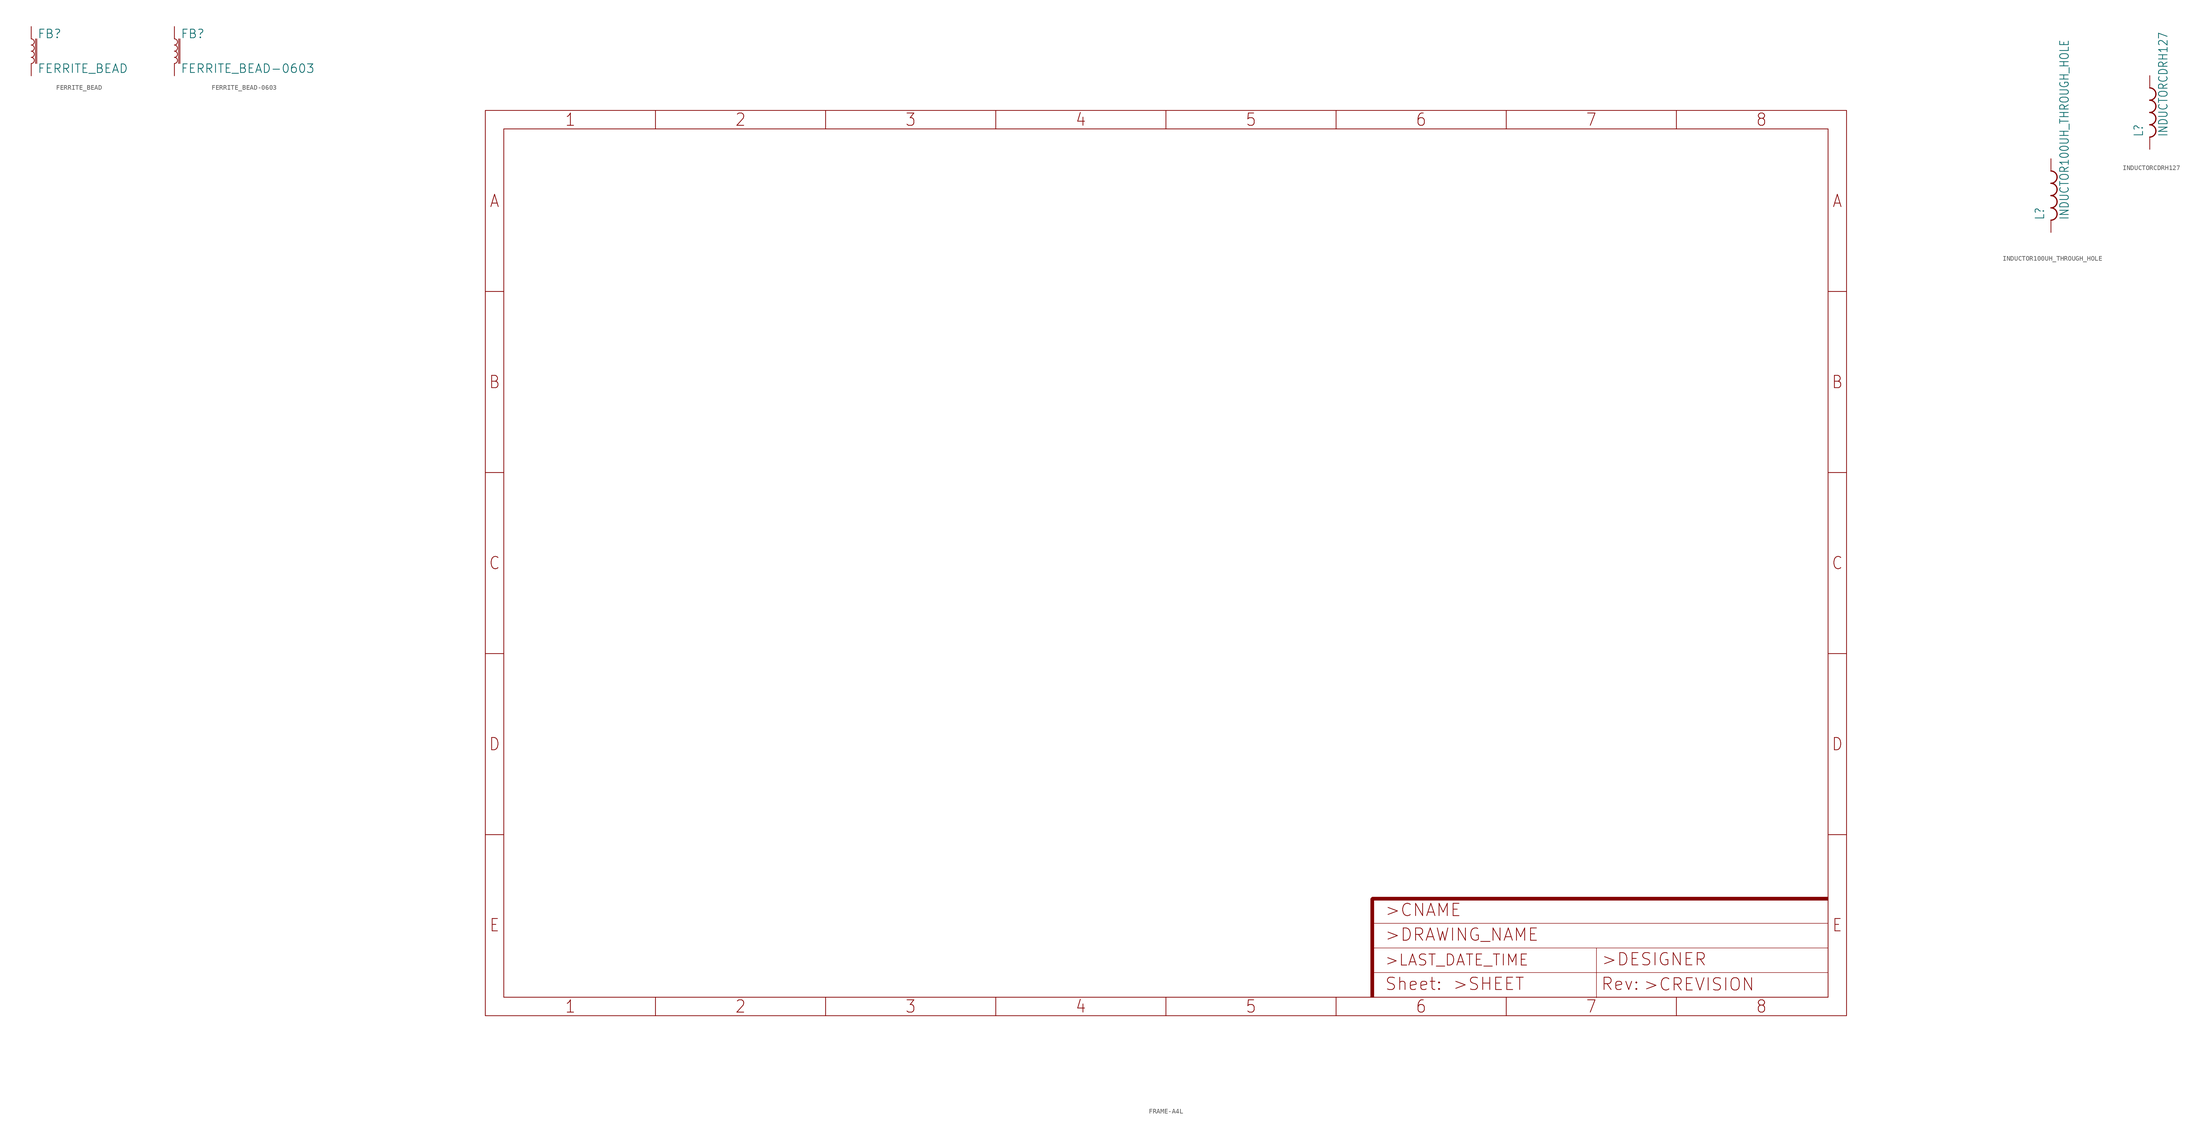
<source format=kicad_sym>
(kicad_symbol_lib
  (version 20211014)
  (generator kicad_symbol_editor)
  (symbol "FERRITE_BEAD"
    (property "Reference" "FB"
      (at 1.27 2.54 0)
      (effects (font (size 1.778 1.778)) (justify left bottom)))
    (property "Value" "FERRITE_BEAD"
      (at 1.27 -2.54 0)
      (effects (font (size 1.778 1.778)) (justify left top)))
    (property "ki_locked" ""
      (at 0 0 0)
      (effects (font (size 1.27 1.27))))
    (symbol "FERRITE_BEAD_1_0"
      (arc (start 0 -2.54) (mid 0.635 -1.905) (end 0 -1.27) (stroke (width 0.1524) (type default) (color 0 0 0 0)) (fill (type none)))
      (arc (start 0 -1.27) (mid 0.635 -0.635) (end 0 0) (stroke (width 0.1524) (type default) (color 0 0 0 0)) (fill (type none)))
      (polyline (pts (xy 0.889 2.54) (xy 0.889 -2.54)) (stroke (width 0.152) (type default) (color 0 0 0 0)) (fill (type none)))
      (polyline (pts (xy 1.143 2.54) (xy 1.143 -2.54)) (stroke (width 0.152) (type default) (color 0 0 0 0)) (fill (type none)))
      (arc (start 0 0) (mid 0.635 0.635) (end 0 1.27) (stroke (width 0.1524) (type default) (color 0 0 0 0)) (fill (type none)))
      (arc (start 0 1.27) (mid 0.635 1.905) (end 0 2.54) (stroke (width 0.1524) (type default) (color 0 0 0 0)) (fill (type none)))
      (pin passive line (at 0 5.08 270) (length 2.54) (name "1" (effects (font (size 0 0)))) (number "1" (effects (font (size 0 0)))))
      (pin passive line (at 0 -5.08 90) (length 2.54) (name "2" (effects (font (size 0 0)))) (number "2" (effects (font (size 0 0)))))))
  (symbol "FERRITE_BEAD-0603"
    (property "Reference" "FB"
      (at 1.27 2.54 0)
      (effects (font (size 1.778 1.778)) (justify left bottom)))
    (property "Value" "FERRITE_BEAD-0603"
      (at 1.27 -2.54 0)
      (effects (font (size 1.778 1.778)) (justify left top)))
    (property "ki_locked" ""
      (at 0 0 0)
      (effects (font (size 1.27 1.27))))
    (symbol "FERRITE_BEAD-0603_1_0"
      (arc (start 0 -2.54) (mid 0.635 -1.905) (end 0 -1.27) (stroke (width 0.1524) (type default) (color 0 0 0 0)) (fill (type none)))
      (arc (start 0 -1.27) (mid 0.635 -0.635) (end 0 0) (stroke (width 0.1524) (type default) (color 0 0 0 0)) (fill (type none)))
      (polyline (pts (xy 0.889 2.54) (xy 0.889 -2.54)) (stroke (width 0.152) (type default) (color 0 0 0 0)) (fill (type none)))
      (polyline (pts (xy 1.143 2.54) (xy 1.143 -2.54)) (stroke (width 0.152) (type default) (color 0 0 0 0)) (fill (type none)))
      (arc (start 0 0) (mid 0.635 0.635) (end 0 1.27) (stroke (width 0.1524) (type default) (color 0 0 0 0)) (fill (type none)))
      (arc (start 0 1.27) (mid 0.635 1.905) (end 0 2.54) (stroke (width 0.1524) (type default) (color 0 0 0 0)) (fill (type none)))
      (pin passive line (at 0 5.08 270) (length 2.54) (name "1" (effects (font (size 0 0)))) (number "1" (effects (font (size 0 0)))))
      (pin passive line (at 0 -5.08 90) (length 2.54) (name "2" (effects (font (size 0 0)))) (number "2" (effects (font (size 0 0)))))))
  (symbol "FRAME-A4L"
    (property "Reference" "#FRAME"
      (at 0 0 0)
      (effects (font (size 1.27 1.27)) hide))
    (property "ki_locked" ""
      (at 0 0 0)
      (effects (font (size 1.27 1.27))))
    (symbol "FRAME-A4L_0_0"
      (polyline (pts (xy -3.81 33.528) (xy 0 33.528)) (stroke (width 0) (type default) (color 0 0 0 0)) (fill (type none)))
      (polyline (pts (xy -3.81 70.866) (xy 0 70.866)) (stroke (width 0) (type default) (color 0 0 0 0)) (fill (type none)))
      (polyline (pts (xy -3.81 108.204) (xy 0 108.204)) (stroke (width 0) (type default) (color 0 0 0 0)) (fill (type none)))
      (polyline (pts (xy -3.81 145.542) (xy 0 145.542)) (stroke (width 0) (type default) (color 0 0 0 0)) (fill (type none)))
      (polyline (pts (xy 0 0) (xy 0 179.07)) (stroke (width 0) (type default) (color 0 0 0 0)) (fill (type none)))
      (polyline (pts (xy 31.274 -3.81) (xy 31.274 0)) (stroke (width 0) (type default) (color 0 0 0 0)) (fill (type none)))
      (polyline (pts (xy 31.274 179.07) (xy 31.274 182.88)) (stroke (width 0) (type default) (color 0 0 0 0)) (fill (type none)))
      (polyline (pts (xy 66.358 -3.81) (xy 66.358 0)) (stroke (width 0) (type default) (color 0 0 0 0)) (fill (type none)))
      (polyline (pts (xy 66.358 179.07) (xy 66.358 182.88)) (stroke (width 0) (type default) (color 0 0 0 0)) (fill (type none)))
      (polyline (pts (xy 101.441 -3.81) (xy 101.441 0)) (stroke (width 0) (type default) (color 0 0 0 0)) (fill (type none)))
      (polyline (pts (xy 101.441 179.07) (xy 101.441 182.88)) (stroke (width 0) (type default) (color 0 0 0 0)) (fill (type none)))
      (polyline (pts (xy 136.525 -3.81) (xy 136.525 0)) (stroke (width 0) (type default) (color 0 0 0 0)) (fill (type none)))
      (polyline (pts (xy 136.525 179.07) (xy 136.525 182.88)) (stroke (width 0) (type default) (color 0 0 0 0)) (fill (type none)))
      (polyline (pts (xy 171.609 -3.81) (xy 171.609 0)) (stroke (width 0) (type default) (color 0 0 0 0)) (fill (type none)))
      (polyline (pts (xy 171.609 179.07) (xy 171.609 182.88)) (stroke (width 0) (type default) (color 0 0 0 0)) (fill (type none)))
      (polyline (pts (xy 206.692 -3.81) (xy 206.692 0)) (stroke (width 0) (type default) (color 0 0 0 0)) (fill (type none)))
      (polyline (pts (xy 206.692 179.07) (xy 206.692 182.88)) (stroke (width 0) (type default) (color 0 0 0 0)) (fill (type none)))
      (polyline (pts (xy 241.776 -3.81) (xy 241.776 0)) (stroke (width 0) (type default) (color 0 0 0 0)) (fill (type none)))
      (polyline (pts (xy 241.776 179.07) (xy 241.776 182.88)) (stroke (width 0) (type default) (color 0 0 0 0)) (fill (type none)))
      (polyline (pts (xy 273.05 0) (xy 0 0)) (stroke (width 0) (type default) (color 0 0 0 0)) (fill (type none)))
      (polyline (pts (xy 273.05 0) (xy 273.05 179.07)) (stroke (width 0) (type default) (color 0 0 0 0)) (fill (type none)))
      (polyline (pts (xy 273.05 33.528) (xy 276.86 33.528)) (stroke (width 0) (type default) (color 0 0 0 0)) (fill (type none)))
      (polyline (pts (xy 273.05 70.866) (xy 276.86 70.866)) (stroke (width 0) (type default) (color 0 0 0 0)) (fill (type none)))
      (polyline (pts (xy 273.05 108.204) (xy 276.86 108.204)) (stroke (width 0) (type default) (color 0 0 0 0)) (fill (type none)))
      (polyline (pts (xy 273.05 145.542) (xy 276.86 145.542)) (stroke (width 0) (type default) (color 0 0 0 0)) (fill (type none)))
      (polyline (pts (xy 273.05 179.07) (xy 0 179.07)) (stroke (width 0) (type default) (color 0 0 0 0)) (fill (type none)))
      (polyline (pts (xy -3.81 -3.81) (xy 276.86 -3.81) (xy 276.86 182.88) (xy -3.81 182.88) (xy -3.81 -3.81)) (stroke (width 0) (type default) (color 0 0 0 0)) (fill (type none)))
      (text "1" (at 13.732 -1.905 0) (effects (font (size 2.54 2.286))))
      (text "1" (at 13.732 180.975 0) (effects (font (size 2.54 2.286))))
      (text "2" (at 48.816 -1.905 0) (effects (font (size 2.54 2.286))))
      (text "2" (at 48.816 180.975 0) (effects (font (size 2.54 2.286))))
      (text "3" (at 83.899 -1.905 0) (effects (font (size 2.54 2.286))))
      (text "3" (at 83.899 180.975 0) (effects (font (size 2.54 2.286))))
      (text "4" (at 118.983 -1.905 0) (effects (font (size 2.54 2.286))))
      (text "4" (at 118.983 180.975 0) (effects (font (size 2.54 2.286))))
      (text "5" (at 154.067 -1.905 0) (effects (font (size 2.54 2.286))))
      (text "5" (at 154.067 180.975 0) (effects (font (size 2.54 2.286))))
      (text "6" (at 189.151 -1.905 0) (effects (font (size 2.54 2.286))))
      (text "6" (at 189.151 180.975 0) (effects (font (size 2.54 2.286))))
      (text "7" (at 224.234 -1.905 0) (effects (font (size 2.54 2.286))))
      (text "7" (at 224.234 180.975 0) (effects (font (size 2.54 2.286))))
      (text "8" (at 259.318 -1.905 0) (effects (font (size 2.54 2.286))))
      (text "8" (at 259.318 180.975 0) (effects (font (size 2.54 2.286))))
      (text "A" (at -1.905 164.211 0) (effects (font (size 2.54 2.286))))
      (text "A" (at 274.955 164.211 0) (effects (font (size 2.54 2.286))))
      (text "B" (at -1.905 126.873 0) (effects (font (size 2.54 2.286))))
      (text "B" (at 274.955 126.873 0) (effects (font (size 2.54 2.286))))
      (text "C" (at -1.905 89.535 0) (effects (font (size 2.54 2.286))))
      (text "C" (at 274.955 89.535 0) (effects (font (size 2.54 2.286))))
      (text "D" (at -1.905 52.197 0) (effects (font (size 2.54 2.286))))
      (text "D" (at 274.955 52.197 0) (effects (font (size 2.54 2.286))))
      (text "E" (at -1.905 14.859 0) (effects (font (size 2.54 2.286))))
      (text "E" (at 274.955 14.859 0) (effects (font (size 2.54 2.286)))))
    (symbol "FRAME-A4L_1_0"
      (polyline (pts (xy 179.07 10.16) (xy 225.29 10.16)) (stroke (width 0.102) (type default) (color 0 0 0 0)) (fill (type none)))
      (polyline (pts (xy 179.07 15.24) (xy 273.05 15.24)) (stroke (width 0.102) (type default) (color 0 0 0 0)) (fill (type none)))
      (polyline (pts (xy 179.07 19.05) (xy 179.07 20.32)) (stroke (width 0.61) (type default) (color 0 0 0 0)) (fill (type none)))
      (polyline (pts (xy 179.07 20.32) (xy 180.34 20.32)) (stroke (width 0.61) (type default) (color 0 0 0 0)) (fill (type none)))
      (polyline (pts (xy 225.29 -0.1) (xy 225.29 5.08)) (stroke (width 0.102) (type default) (color 0 0 0 0)) (fill (type none)))
      (polyline (pts (xy 225.29 5.08) (xy 179.07 5.08)) (stroke (width 0.102) (type default) (color 0 0 0 0)) (fill (type none)))
      (polyline (pts (xy 225.29 5.08) (xy 225.29 10.16)) (stroke (width 0.102) (type default) (color 0 0 0 0)) (fill (type none)))
      (polyline (pts (xy 225.29 5.08) (xy 273.05 5.08)) (stroke (width 0.102) (type default) (color 0 0 0 0)) (fill (type none)))
      (polyline (pts (xy 225.29 10.16) (xy 273.05 10.16)) (stroke (width 0.102) (type default) (color 0 0 0 0)) (fill (type none)))
      (rectangle (start 178.765 0) (end 179.375 20.32) (stroke (width 0) (type default) (color 0 0 0 0)) (fill (type outline)))
      (rectangle (start 179.07 20.625) (end 273.05 20.015) (stroke (width 0) (type default) (color 0 0 0 0)) (fill (type outline)))
      (text ">CNAME" (at 181.61 16.51 0) (effects (font (size 2.54 2.54)) (justify left bottom)))
      (text ">CREVISION" (at 234.92 1.17 0) (effects (font (size 2.54 2.54)) (justify left bottom)))
      (text ">DESIGNER" (at 226.26 6.35 0) (effects (font (size 2.54 2.54)) (justify left bottom)))
      (text ">DRAWING_NAME" (at 181.61 11.43 0) (effects (font (size 2.54 2.54)) (justify left bottom)))
      (text ">LAST_DATE_TIME" (at 181.61 6.35 0) (effects (font (size 2.286 2.286)) (justify left bottom)))
      (text ">SHEET" (at 195.58 1.27 0) (effects (font (size 2.54 2.54)) (justify left bottom)))
      (text "Rev:" (at 226.16 1.27 0) (effects (font (size 2.54 2.54)) (justify left bottom)))
      (text "Sheet:" (at 181.61 1.27 0) (effects (font (size 2.54 2.54)) (justify left bottom)))))
  (symbol "INDUCTOR100UH_THROUGH_HOLE"
    (property "Reference" "L"
      (at -1.27 -5.08 90)
      (effects (font (size 1.778 1.511)) (justify left bottom)))
    (property "Value" "INDUCTOR100UH_THROUGH_HOLE"
      (at 3.81 -5.08 90)
      (effects (font (size 1.778 1.511)) (justify left bottom)))
    (property "ki_locked" ""
      (at 0 0 0)
      (effects (font (size 1.27 1.27))))
    (symbol "INDUCTOR100UH_THROUGH_HOLE_1_0"
      (arc (start 0 -5.08) (mid 0.898 -4.708) (end 1.27 -3.81) (stroke (width 0.254) (type default) (color 0 0 0 0)) (fill (type none)))
      (arc (start 0 -2.54) (mid 0.898 -2.168) (end 1.27 -1.27) (stroke (width 0.254) (type default) (color 0 0 0 0)) (fill (type none)))
      (arc (start 0 0) (mid 0.898 0.372) (end 1.27 1.27) (stroke (width 0.254) (type default) (color 0 0 0 0)) (fill (type none)))
      (arc (start 0 2.54) (mid 0.898 2.912) (end 1.27 3.81) (stroke (width 0.254) (type default) (color 0 0 0 0)) (fill (type none)))
      (arc (start 1.27 -3.81) (mid 0.898 -2.912) (end 0 -2.54) (stroke (width 0.254) (type default) (color 0 0 0 0)) (fill (type none)))
      (arc (start 1.27 -1.27) (mid 0.898 -0.372) (end 0 0) (stroke (width 0.254) (type default) (color 0 0 0 0)) (fill (type none)))
      (arc (start 1.27 1.27) (mid 0.898 2.168) (end 0 2.54) (stroke (width 0.254) (type default) (color 0 0 0 0)) (fill (type none)))
      (arc (start 1.27 3.81) (mid 0.898 4.708) (end 0 5.08) (stroke (width 0.254) (type default) (color 0 0 0 0)) (fill (type none)))
      (pin passive line (at 0 7.62 270) (length 2.54) (name "1" (effects (font (size 0 0)))) (number "P1" (effects (font (size 0 0)))))
      (pin passive line (at 0 -7.62 90) (length 2.54) (name "2" (effects (font (size 0 0)))) (number "P2" (effects (font (size 0 0)))))))
  (symbol "INDUCTORCDRH127"
    (property "Reference" "L"
      (at -1.27 -5.08 90)
      (effects (font (size 1.778 1.511)) (justify left bottom)))
    (property "Value" "INDUCTORCDRH127"
      (at 3.81 -5.08 90)
      (effects (font (size 1.778 1.511)) (justify left bottom)))
    (property "ki_locked" ""
      (at 0 0 0)
      (effects (font (size 1.27 1.27))))
    (symbol "INDUCTORCDRH127_1_0"
      (arc (start 0 -5.08) (mid 0.898 -4.708) (end 1.27 -3.81) (stroke (width 0.254) (type default) (color 0 0 0 0)) (fill (type none)))
      (arc (start 0 -2.54) (mid 0.898 -2.168) (end 1.27 -1.27) (stroke (width 0.254) (type default) (color 0 0 0 0)) (fill (type none)))
      (arc (start 0 0) (mid 0.898 0.372) (end 1.27 1.27) (stroke (width 0.254) (type default) (color 0 0 0 0)) (fill (type none)))
      (arc (start 0 2.54) (mid 0.898 2.912) (end 1.27 3.81) (stroke (width 0.254) (type default) (color 0 0 0 0)) (fill (type none)))
      (arc (start 1.27 -3.81) (mid 0.898 -2.912) (end 0 -2.54) (stroke (width 0.254) (type default) (color 0 0 0 0)) (fill (type none)))
      (arc (start 1.27 -1.27) (mid 0.898 -0.372) (end 0 0) (stroke (width 0.254) (type default) (color 0 0 0 0)) (fill (type none)))
      (arc (start 1.27 1.27) (mid 0.898 2.168) (end 0 2.54) (stroke (width 0.254) (type default) (color 0 0 0 0)) (fill (type none)))
      (arc (start 1.27 3.81) (mid 0.898 4.708) (end 0 5.08) (stroke (width 0.254) (type default) (color 0 0 0 0)) (fill (type none)))
      (pin passive line (at 0 7.62 270) (length 2.54) (name "1" (effects (font (size 0 0)))) (number "1" (effects (font (size 0 0)))))
      (pin passive line (at 0 -7.62 90) (length 2.54) (name "2" (effects (font (size 0 0)))) (number "2" (effects (font (size 0 0))))))))
</source>
